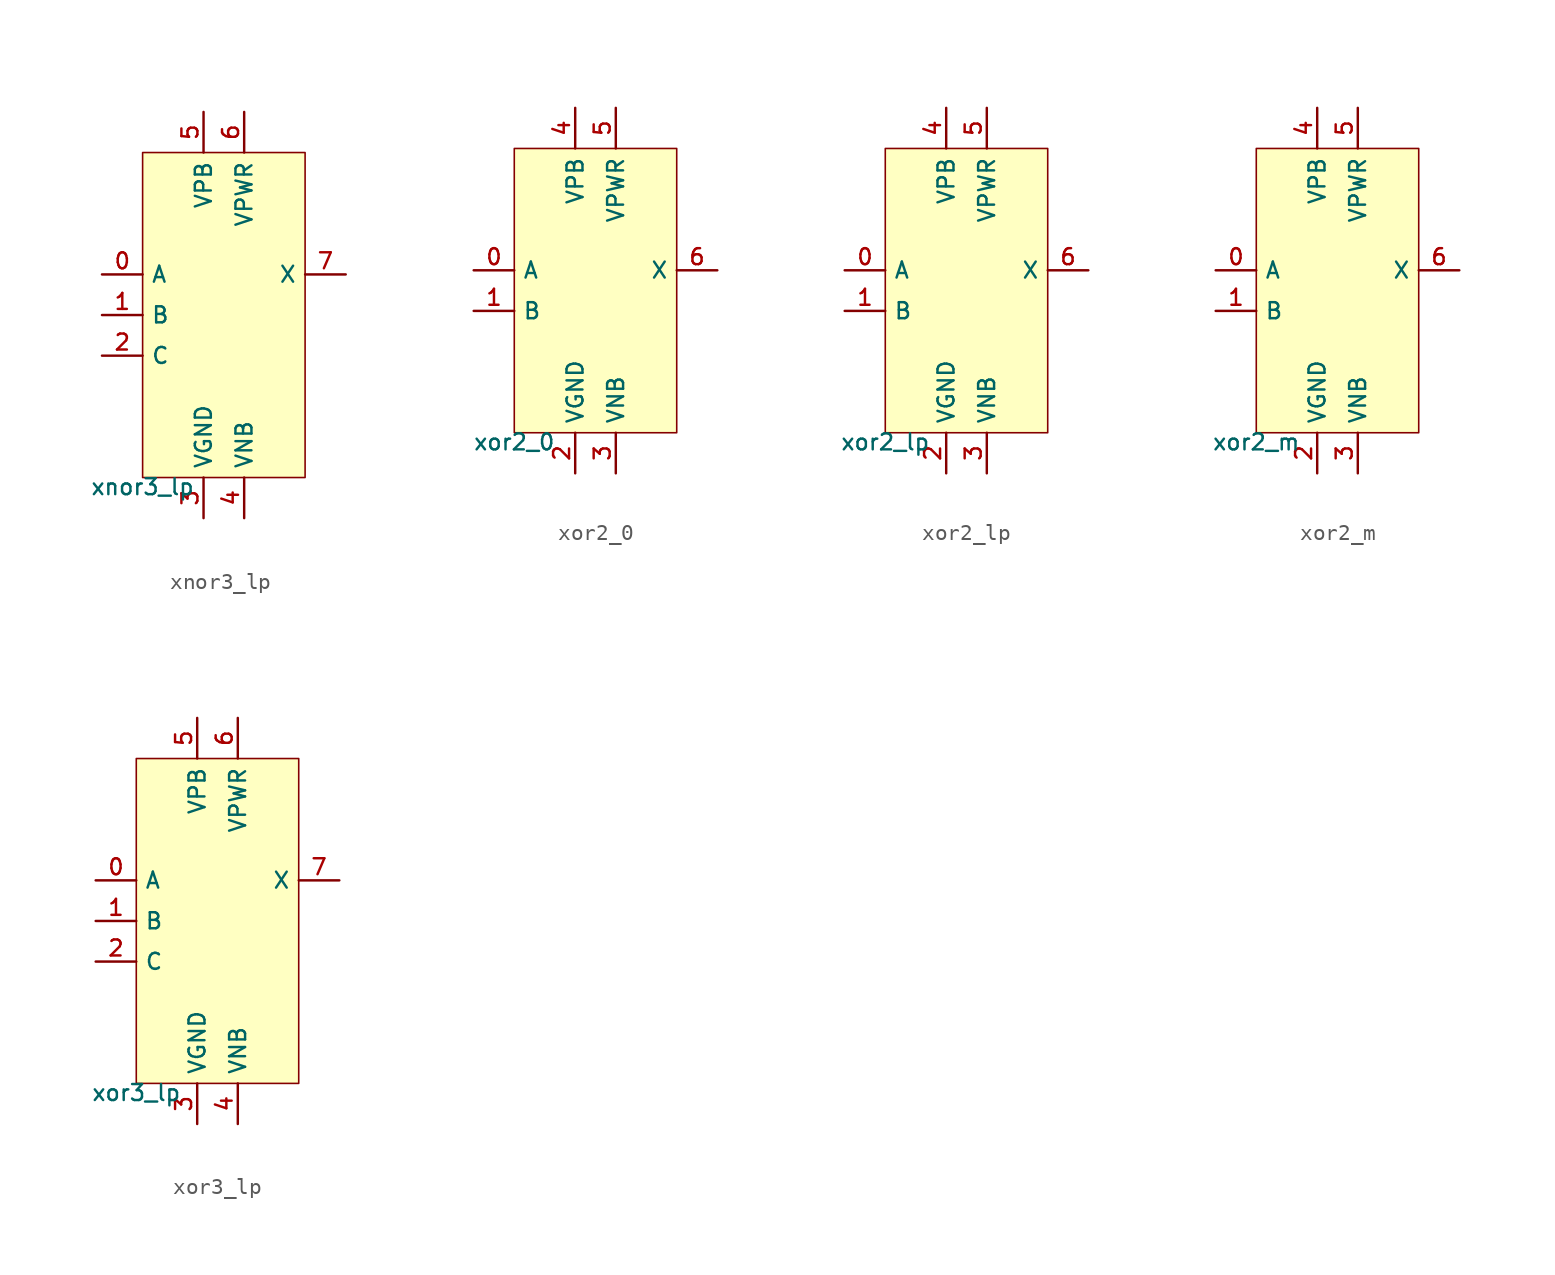
<source format=kicad_sym>
(kicad_symbol_lib
  (version 20211014)
  (generator pdk2kicad)
  (symbol "xnor3_lp"
    (property "Reference" "X"
      (at 0 0 0)
      (effects (font (size 1 1)) hide))
    (property "Value" "xnor3_lp"
      (at -5.08 -10.16 0)
      (effects (font (size 1 1)) (justify top)))
    (rectangle
      (start -5.08 -10.16)
      (end 5.08 10.16)
      (stroke (width 0.1) (type solid) (color 0 0 0 0))
      (fill (type background)))
    (pin input line
      (at -7.62 2.54 0)
      (length 2.54)
      (name "A" (effects (font (size 1 1)) hide))
      (number "0" (effects (font (size 1 1)) hide)))
    (pin input line
      (at -7.62 0.0 0)
      (length 2.54)
      (name "B" (effects (font (size 1 1)) hide))
      (number "1" (effects (font (size 1 1)) hide)))
    (pin input line
      (at -7.62 -2.54 0)
      (length 2.54)
      (name "C" (effects (font (size 1 1)) hide))
      (number "2" (effects (font (size 1 1)) hide)))
    (pin power_in line
      (at -1.27 -12.7 90)
      (length 2.54)
      (name "VGND" (effects (font (size 1 1)) hide))
      (number "3" (effects (font (size 1 1)) hide)))
    (pin power_in line
      (at 1.27 -12.7 90)
      (length 2.54)
      (name "VNB" (effects (font (size 1 1)) hide))
      (number "4" (effects (font (size 1 1)) hide)))
    (pin power_in line
      (at -1.27 12.7 270)
      (length 2.54)
      (name "VPB" (effects (font (size 1 1)) hide))
      (number "5" (effects (font (size 1 1)) hide)))
    (pin power_in line
      (at 1.27 12.7 270)
      (length 2.54)
      (name "VPWR" (effects (font (size 1 1)) hide))
      (number "6" (effects (font (size 1 1)) hide)))
    (pin output line
      (at 7.62 2.54 180)
      (length 2.54)
      (name "X" (effects (font (size 1 1)) hide))
      (number "7" (effects (font (size 1 1)) hide))))
  (symbol "xor2_0"
    (property "Reference" "X"
      (at 0 0 0)
      (effects (font (size 1 1)) hide))
    (property "Value" "xor2_0"
      (at -5.08 -8.89 0)
      (effects (font (size 1 1)) (justify top)))
    (rectangle
      (start -5.08 -8.89)
      (end 5.08 8.89)
      (stroke (width 0.1) (type solid) (color 0 0 0 0))
      (fill (type background)))
    (pin input line
      (at -7.62 1.27 0)
      (length 2.54)
      (name "A" (effects (font (size 1 1)) hide))
      (number "0" (effects (font (size 1 1)) hide)))
    (pin input line
      (at -7.62 -1.27 0)
      (length 2.54)
      (name "B" (effects (font (size 1 1)) hide))
      (number "1" (effects (font (size 1 1)) hide)))
    (pin power_in line
      (at -1.27 -11.43 90)
      (length 2.54)
      (name "VGND" (effects (font (size 1 1)) hide))
      (number "2" (effects (font (size 1 1)) hide)))
    (pin power_in line
      (at 1.27 -11.43 90)
      (length 2.54)
      (name "VNB" (effects (font (size 1 1)) hide))
      (number "3" (effects (font (size 1 1)) hide)))
    (pin power_in line
      (at -1.27 11.43 270)
      (length 2.54)
      (name "VPB" (effects (font (size 1 1)) hide))
      (number "4" (effects (font (size 1 1)) hide)))
    (pin power_in line
      (at 1.27 11.43 270)
      (length 2.54)
      (name "VPWR" (effects (font (size 1 1)) hide))
      (number "5" (effects (font (size 1 1)) hide)))
    (pin output line
      (at 7.62 1.27 180)
      (length 2.54)
      (name "X" (effects (font (size 1 1)) hide))
      (number "6" (effects (font (size 1 1)) hide))))
  (symbol "xor2_lp"
    (property "Reference" "X"
      (at 0 0 0)
      (effects (font (size 1 1)) hide))
    (property "Value" "xor2_lp"
      (at -5.08 -8.89 0)
      (effects (font (size 1 1)) (justify top)))
    (rectangle
      (start -5.08 -8.89)
      (end 5.08 8.89)
      (stroke (width 0.1) (type solid) (color 0 0 0 0))
      (fill (type background)))
    (pin input line
      (at -7.62 1.27 0)
      (length 2.54)
      (name "A" (effects (font (size 1 1)) hide))
      (number "0" (effects (font (size 1 1)) hide)))
    (pin input line
      (at -7.62 -1.27 0)
      (length 2.54)
      (name "B" (effects (font (size 1 1)) hide))
      (number "1" (effects (font (size 1 1)) hide)))
    (pin power_in line
      (at -1.27 -11.43 90)
      (length 2.54)
      (name "VGND" (effects (font (size 1 1)) hide))
      (number "2" (effects (font (size 1 1)) hide)))
    (pin power_in line
      (at 1.27 -11.43 90)
      (length 2.54)
      (name "VNB" (effects (font (size 1 1)) hide))
      (number "3" (effects (font (size 1 1)) hide)))
    (pin power_in line
      (at -1.27 11.43 270)
      (length 2.54)
      (name "VPB" (effects (font (size 1 1)) hide))
      (number "4" (effects (font (size 1 1)) hide)))
    (pin power_in line
      (at 1.27 11.43 270)
      (length 2.54)
      (name "VPWR" (effects (font (size 1 1)) hide))
      (number "5" (effects (font (size 1 1)) hide)))
    (pin output line
      (at 7.62 1.27 180)
      (length 2.54)
      (name "X" (effects (font (size 1 1)) hide))
      (number "6" (effects (font (size 1 1)) hide))))
  (symbol "xor2_m"
    (property "Reference" "X"
      (at 0 0 0)
      (effects (font (size 1 1)) hide))
    (property "Value" "xor2_m"
      (at -5.08 -8.89 0)
      (effects (font (size 1 1)) (justify top)))
    (rectangle
      (start -5.08 -8.89)
      (end 5.08 8.89)
      (stroke (width 0.1) (type solid) (color 0 0 0 0))
      (fill (type background)))
    (pin input line
      (at -7.62 1.27 0)
      (length 2.54)
      (name "A" (effects (font (size 1 1)) hide))
      (number "0" (effects (font (size 1 1)) hide)))
    (pin input line
      (at -7.62 -1.27 0)
      (length 2.54)
      (name "B" (effects (font (size 1 1)) hide))
      (number "1" (effects (font (size 1 1)) hide)))
    (pin power_in line
      (at -1.27 -11.43 90)
      (length 2.54)
      (name "VGND" (effects (font (size 1 1)) hide))
      (number "2" (effects (font (size 1 1)) hide)))
    (pin power_in line
      (at 1.27 -11.43 90)
      (length 2.54)
      (name "VNB" (effects (font (size 1 1)) hide))
      (number "3" (effects (font (size 1 1)) hide)))
    (pin power_in line
      (at -1.27 11.43 270)
      (length 2.54)
      (name "VPB" (effects (font (size 1 1)) hide))
      (number "4" (effects (font (size 1 1)) hide)))
    (pin power_in line
      (at 1.27 11.43 270)
      (length 2.54)
      (name "VPWR" (effects (font (size 1 1)) hide))
      (number "5" (effects (font (size 1 1)) hide)))
    (pin output line
      (at 7.62 1.27 180)
      (length 2.54)
      (name "X" (effects (font (size 1 1)) hide))
      (number "6" (effects (font (size 1 1)) hide))))
  (symbol "xor3_lp"
    (property "Reference" "X"
      (at 0 0 0)
      (effects (font (size 1 1)) hide))
    (property "Value" "xor3_lp"
      (at -5.08 -10.16 0)
      (effects (font (size 1 1)) (justify top)))
    (rectangle
      (start -5.08 -10.16)
      (end 5.08 10.16)
      (stroke (width 0.1) (type solid) (color 0 0 0 0))
      (fill (type background)))
    (pin input line
      (at -7.62 2.54 0)
      (length 2.54)
      (name "A" (effects (font (size 1 1)) hide))
      (number "0" (effects (font (size 1 1)) hide)))
    (pin input line
      (at -7.62 0.0 0)
      (length 2.54)
      (name "B" (effects (font (size 1 1)) hide))
      (number "1" (effects (font (size 1 1)) hide)))
    (pin input line
      (at -7.62 -2.54 0)
      (length 2.54)
      (name "C" (effects (font (size 1 1)) hide))
      (number "2" (effects (font (size 1 1)) hide)))
    (pin power_in line
      (at -1.27 -12.7 90)
      (length 2.54)
      (name "VGND" (effects (font (size 1 1)) hide))
      (number "3" (effects (font (size 1 1)) hide)))
    (pin power_in line
      (at 1.27 -12.7 90)
      (length 2.54)
      (name "VNB" (effects (font (size 1 1)) hide))
      (number "4" (effects (font (size 1 1)) hide)))
    (pin power_in line
      (at -1.27 12.7 270)
      (length 2.54)
      (name "VPB" (effects (font (size 1 1)) hide))
      (number "5" (effects (font (size 1 1)) hide)))
    (pin power_in line
      (at 1.27 12.7 270)
      (length 2.54)
      (name "VPWR" (effects (font (size 1 1)) hide))
      (number "6" (effects (font (size 1 1)) hide)))
    (pin output line
      (at 7.62 2.54 180)
      (length 2.54)
      (name "X" (effects (font (size 1 1)) hide))
      (number "7" (effects (font (size 1 1)) hide)))))
</source>
